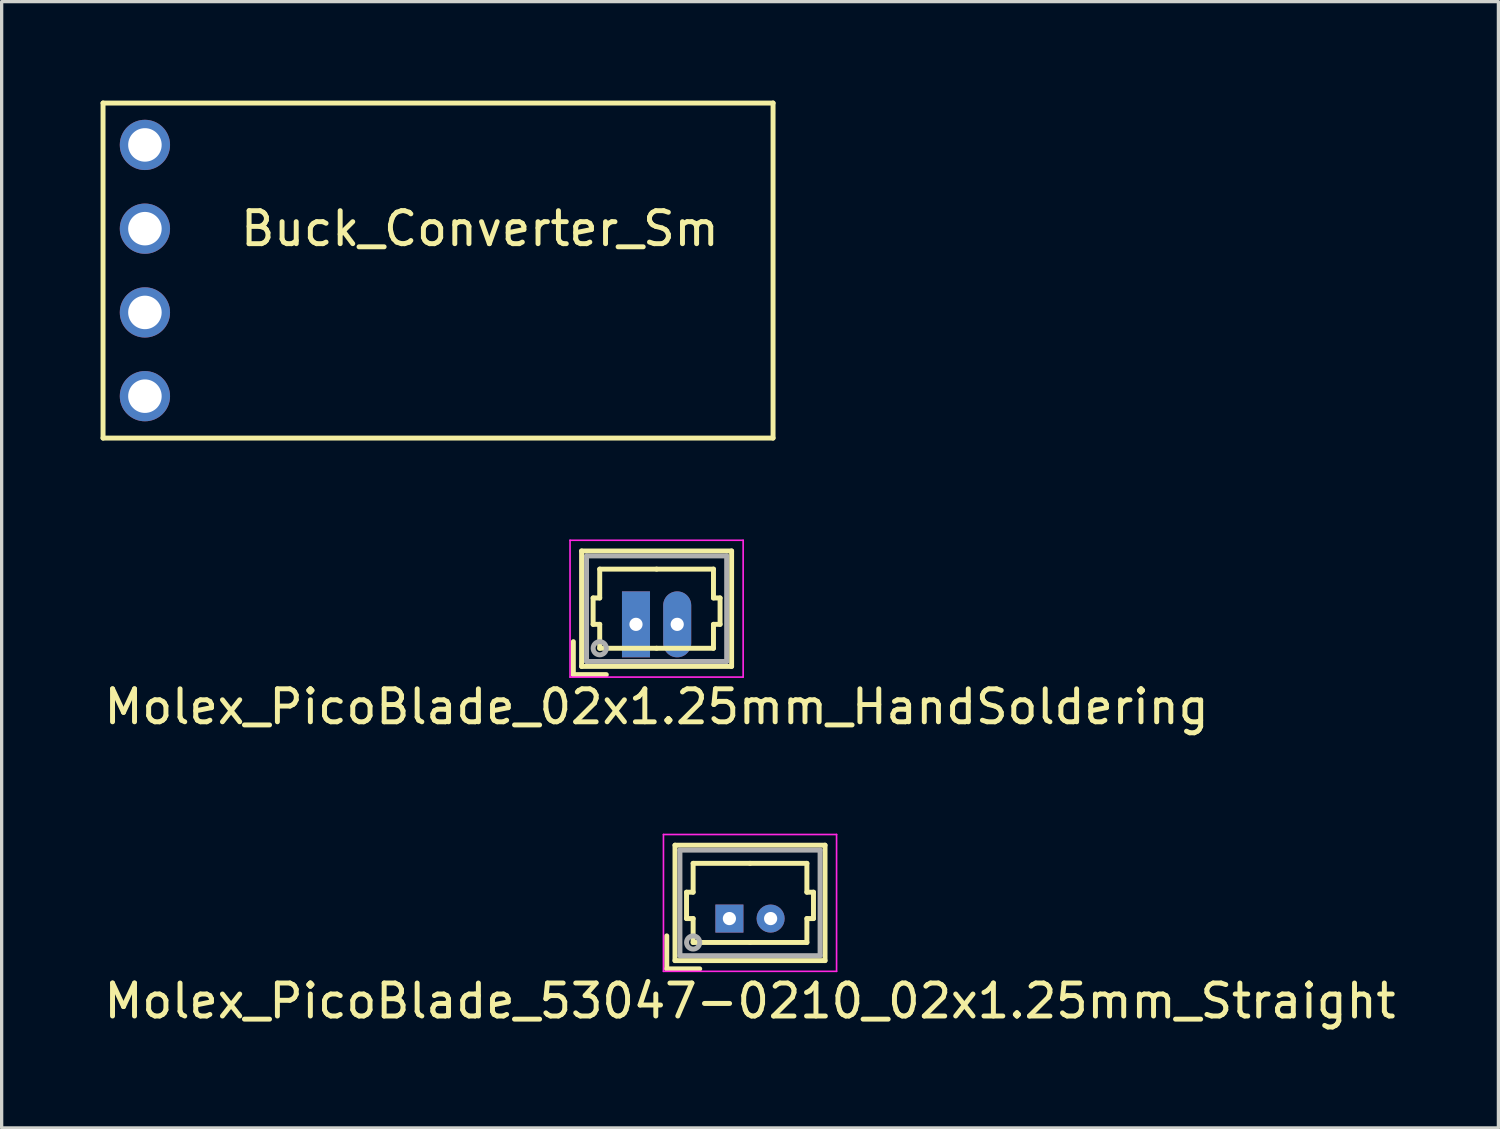
<source format=kicad_pcb>
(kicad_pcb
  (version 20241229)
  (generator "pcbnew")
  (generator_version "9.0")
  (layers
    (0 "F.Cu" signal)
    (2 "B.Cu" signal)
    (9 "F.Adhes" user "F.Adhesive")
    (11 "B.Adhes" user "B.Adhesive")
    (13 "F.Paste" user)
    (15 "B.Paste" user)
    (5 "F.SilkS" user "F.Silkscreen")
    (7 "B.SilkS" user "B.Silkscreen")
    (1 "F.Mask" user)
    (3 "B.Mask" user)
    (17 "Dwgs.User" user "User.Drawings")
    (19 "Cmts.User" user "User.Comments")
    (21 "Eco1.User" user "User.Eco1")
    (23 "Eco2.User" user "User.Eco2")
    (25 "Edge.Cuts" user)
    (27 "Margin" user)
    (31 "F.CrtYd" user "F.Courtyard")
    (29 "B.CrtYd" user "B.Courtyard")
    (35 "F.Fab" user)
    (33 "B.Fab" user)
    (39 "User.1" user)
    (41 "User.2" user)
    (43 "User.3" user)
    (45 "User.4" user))
  (footprint "Molex_PicoBlade_02x1.25mm_HandSoldering"
    (layer "F.Cu")
    (at 16.238 15.885)
    (property "Reference" "Molex_PicoBlade_02x1.25mm_HandSoldering" (at 0.625 2.5 0) (layer "F.SilkS") (effects (font (size 1 1) (thickness 0.15))))
    (attr through_hole)
    (fp_line (start -1.9 1.525) (end -1.9 0.525) (stroke (width 0.15) (type solid)) (layer "F.SilkS"))
    (fp_line (start -1.9 1.525) (end -0.9 1.525) (stroke (width 0.15) (type solid)) (layer "F.SilkS"))
    (fp_line (start -1.65 -2.225) (end -1.65 1.275) (stroke (width 0.15) (type solid)) (layer "F.SilkS"))
    (fp_line (start -1.65 1.275) (end 2.9 1.275) (stroke (width 0.15) (type solid)) (layer "F.SilkS"))
    (fp_line (start -1.3 -0.8) (end -1.1 -0.8) (stroke (width 0.15) (type solid)) (layer "F.SilkS"))
    (fp_line (start -1.3 0) (end -1.3 -0.8) (stroke (width 0.15) (type solid)) (layer "F.SilkS"))
    (fp_line (start -1.1 -1.675) (end 0.625 -1.675) (stroke (width 0.15) (type solid)) (layer "F.SilkS"))
    (fp_line (start -1.1 -0.8) (end -1.1 -1.675) (stroke (width 0.15) (type solid)) (layer "F.SilkS"))
    (fp_line (start -1.1 0) (end -1.3 0) (stroke (width 0.15) (type solid)) (layer "F.SilkS"))
    (fp_line (start -1.1 0.725) (end -1.1 0) (stroke (width 0.15) (type solid)) (layer "F.SilkS"))
    (fp_line (start 0.625 0.725) (end -1.1 0.725) (stroke (width 0.15) (type solid)) (layer "F.SilkS"))
    (fp_line (start 0.625 0.725) (end 2.35 0.725) (stroke (width 0.15) (type solid)) (layer "F.SilkS"))
    (fp_line (start 2.35 -1.675) (end 0.625 -1.675) (stroke (width 0.15) (type solid)) (layer "F.SilkS"))
    (fp_line (start 2.35 -0.8) (end 2.35 -1.675) (stroke (width 0.15) (type solid)) (layer "F.SilkS"))
    (fp_line (start 2.35 0) (end 2.55 0) (stroke (width 0.15) (type solid)) (layer "F.SilkS"))
    (fp_line (start 2.35 0.725) (end 2.35 0) (stroke (width 0.15) (type solid)) (layer "F.SilkS"))
    (fp_line (start 2.55 -0.8) (end 2.35 -0.8) (stroke (width 0.15) (type solid)) (layer "F.SilkS"))
    (fp_line (start 2.55 0) (end 2.55 -0.8) (stroke (width 0.15) (type solid)) (layer "F.SilkS"))
    (fp_line (start 2.9 -2.225) (end -1.65 -2.225) (stroke (width 0.15) (type solid)) (layer "F.SilkS"))
    (fp_line (start 2.9 1.275) (end 2.9 -2.225) (stroke (width 0.15) (type solid)) (layer "F.SilkS"))
    (fp_line (start -2 -2.55) (end -2 1.6) (stroke (width 0.05) (type solid)) (layer "F.CrtYd"))
    (fp_line (start -2 1.6) (end 3.25 1.6) (stroke (width 0.05) (type solid)) (layer "F.CrtYd"))
    (fp_line (start 3.25 -2.55) (end -2 -2.55) (stroke (width 0.05) (type solid)) (layer "F.CrtYd"))
    (fp_line (start 3.25 1.6) (end 3.25 -2.55) (stroke (width 0.05) (type solid)) (layer "F.CrtYd"))
    (fp_line (start -1.5 -2.075) (end -1.5 1.125) (stroke (width 0.15) (type solid)) (layer "F.Fab"))
    (fp_line (start -1.5 1.125) (end 2.75 1.125) (stroke (width 0.15) (type solid)) (layer "F.Fab"))
    (fp_line (start 2.75 -2.075) (end -1.5 -2.075) (stroke (width 0.15) (type solid)) (layer "F.Fab"))
    (fp_line (start 2.75 1.125) (end 2.75 -2.075) (stroke (width 0.15) (type solid)) (layer "F.Fab"))
    (fp_circle (center -1.1 0.725) (end -0.9 0.725) (stroke (width 0.15) (type solid)) (fill no) (layer "F.Fab"))
    (pad "1" thru_hole rect (at 0 0) (size 0.85 2) (drill 0.4) (layers "*.Cu" "*.Mask"))
    (pad "2" thru_hole oval (at 1.25 0) (size 0.85 2) (drill 0.4) (layers "*.Cu" "*.Mask")))
  (footprint "Molex_PicoBlade_53047-0210_02x1.25mm_Straight"
    (layer "F.Cu")
    (at 19.071 24.808)
    (property "Reference" "Molex_PicoBlade_53047-0210_02x1.25mm_Straight" (at 0.625 2.5 0) (layer "F.SilkS") (effects (font (size 1 1) (thickness 0.15))))
    (attr through_hole)
    (fp_line (start -1.9 1.525) (end -1.9 0.525) (stroke (width 0.15) (type solid)) (layer "F.SilkS"))
    (fp_line (start -1.9 1.525) (end -0.9 1.525) (stroke (width 0.15) (type solid)) (layer "F.SilkS"))
    (fp_line (start -1.65 -2.225) (end -1.65 1.275) (stroke (width 0.15) (type solid)) (layer "F.SilkS"))
    (fp_line (start -1.65 1.275) (end 2.9 1.275) (stroke (width 0.15) (type solid)) (layer "F.SilkS"))
    (fp_line (start -1.3 -0.8) (end -1.1 -0.8) (stroke (width 0.15) (type solid)) (layer "F.SilkS"))
    (fp_line (start -1.3 0) (end -1.3 -0.8) (stroke (width 0.15) (type solid)) (layer "F.SilkS"))
    (fp_line (start -1.1 -1.675) (end 0.625 -1.675) (stroke (width 0.15) (type solid)) (layer "F.SilkS"))
    (fp_line (start -1.1 -0.8) (end -1.1 -1.675) (stroke (width 0.15) (type solid)) (layer "F.SilkS"))
    (fp_line (start -1.1 0) (end -1.3 0) (stroke (width 0.15) (type solid)) (layer "F.SilkS"))
    (fp_line (start -1.1 0.725) (end -1.1 0) (stroke (width 0.15) (type solid)) (layer "F.SilkS"))
    (fp_line (start 0.625 0.725) (end -1.1 0.725) (stroke (width 0.15) (type solid)) (layer "F.SilkS"))
    (fp_line (start 0.625 0.725) (end 2.35 0.725) (stroke (width 0.15) (type solid)) (layer "F.SilkS"))
    (fp_line (start 2.35 -1.675) (end 0.625 -1.675) (stroke (width 0.15) (type solid)) (layer "F.SilkS"))
    (fp_line (start 2.35 -0.8) (end 2.35 -1.675) (stroke (width 0.15) (type solid)) (layer "F.SilkS"))
    (fp_line (start 2.35 0) (end 2.55 0) (stroke (width 0.15) (type solid)) (layer "F.SilkS"))
    (fp_line (start 2.35 0.725) (end 2.35 0) (stroke (width 0.15) (type solid)) (layer "F.SilkS"))
    (fp_line (start 2.55 -0.8) (end 2.35 -0.8) (stroke (width 0.15) (type solid)) (layer "F.SilkS"))
    (fp_line (start 2.55 0) (end 2.55 -0.8) (stroke (width 0.15) (type solid)) (layer "F.SilkS"))
    (fp_line (start 2.9 -2.225) (end -1.65 -2.225) (stroke (width 0.15) (type solid)) (layer "F.SilkS"))
    (fp_line (start 2.9 1.275) (end 2.9 -2.225) (stroke (width 0.15) (type solid)) (layer "F.SilkS"))
    (fp_line (start -2 -2.55) (end -2 1.6) (stroke (width 0.05) (type solid)) (layer "F.CrtYd"))
    (fp_line (start -2 1.6) (end 3.25 1.6) (stroke (width 0.05) (type solid)) (layer "F.CrtYd"))
    (fp_line (start 3.25 -2.55) (end -2 -2.55) (stroke (width 0.05) (type solid)) (layer "F.CrtYd"))
    (fp_line (start 3.25 1.6) (end 3.25 -2.55) (stroke (width 0.05) (type solid)) (layer "F.CrtYd"))
    (fp_line (start -1.5 -2.075) (end -1.5 1.125) (stroke (width 0.15) (type solid)) (layer "F.Fab"))
    (fp_line (start -1.5 1.125) (end 2.75 1.125) (stroke (width 0.15) (type solid)) (layer "F.Fab"))
    (fp_line (start 2.75 -2.075) (end -1.5 -2.075) (stroke (width 0.15) (type solid)) (layer "F.Fab"))
    (fp_line (start 2.75 1.125) (end 2.75 -2.075) (stroke (width 0.15) (type solid)) (layer "F.Fab"))
    (fp_circle (center -1.1 0.725) (end -0.9 0.725) (stroke (width 0.15) (type solid)) (fill no) (layer "F.Fab"))
    (pad "1" thru_hole rect (at 0 0) (size 0.85 0.85) (drill 0.4) (layers "*.Cu" "*.Mask"))
    (pad "2" thru_hole oval (at 1.25 0) (size 0.85 0.85) (drill 0.4) (layers "*.Cu" "*.Mask")))
  (footprint "Buck_Converter_Sm"
    (layer "F.Cu")
    (at 6.425 5.155)
    (property "Reference" "Buck_Converter_Sm" (at 5.08 -1.27 0) (layer "F.SilkS") (effects (font (size 1 1) (thickness 0.15))))
    (attr through_hole)
    (fp_line (start -6.35 -5.08) (end -6.35 5.08) (stroke (width 0.15) (type solid)) (layer "F.SilkS"))
    (fp_line (start -6.35 5.08) (end 13.97 5.08) (stroke (width 0.15) (type solid)) (layer "F.SilkS"))
    (fp_line (start 13.97 -5.08) (end -6.35 -5.08) (stroke (width 0.15) (type solid)) (layer "F.SilkS"))
    (fp_line (start 13.97 5.08) (end 13.97 -5.08) (stroke (width 0.15) (type solid)) (layer "F.SilkS"))
    (pad "1" thru_hole oval (at -5.08 -3.81) (size 1.524 1.524) (drill 1.016) (layers "*.Cu" "*.Mask"))
    (pad "2" thru_hole oval (at -5.08 -1.27) (size 1.524 1.524) (drill 1.016) (layers "*.Cu" "*.Mask"))
    (pad "3" thru_hole oval (at -5.08 1.27) (size 1.524 1.524) (drill 1.016) (layers "*.Cu" "*.Mask"))
    (pad "4" thru_hole oval (at -5.08 3.81) (size 1.524 1.524) (drill 1.016) (layers "*.Cu" "*.Mask")))
  (gr_rect
    (start -3 -3)
    (end 42.393 31.157)
    (stroke (width 0.1) (type default))
    (fill no)
    (layer "Edge.Cuts")))
</source>
